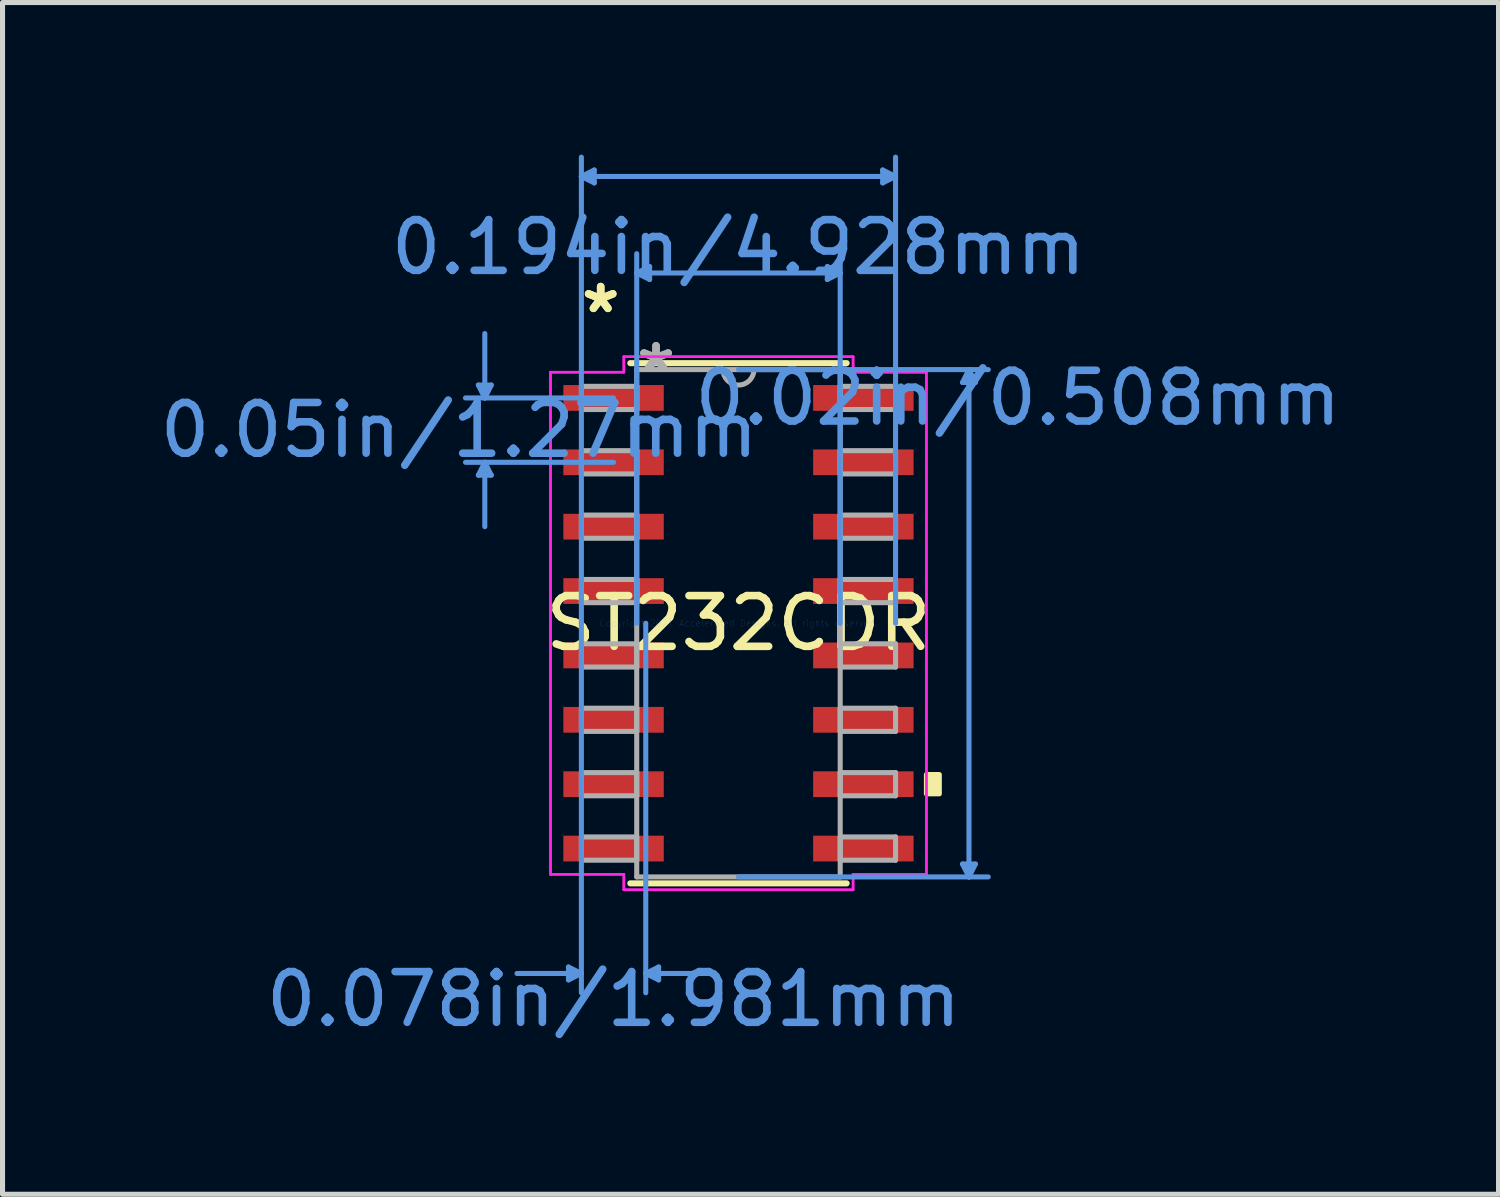
<source format=kicad_pcb>
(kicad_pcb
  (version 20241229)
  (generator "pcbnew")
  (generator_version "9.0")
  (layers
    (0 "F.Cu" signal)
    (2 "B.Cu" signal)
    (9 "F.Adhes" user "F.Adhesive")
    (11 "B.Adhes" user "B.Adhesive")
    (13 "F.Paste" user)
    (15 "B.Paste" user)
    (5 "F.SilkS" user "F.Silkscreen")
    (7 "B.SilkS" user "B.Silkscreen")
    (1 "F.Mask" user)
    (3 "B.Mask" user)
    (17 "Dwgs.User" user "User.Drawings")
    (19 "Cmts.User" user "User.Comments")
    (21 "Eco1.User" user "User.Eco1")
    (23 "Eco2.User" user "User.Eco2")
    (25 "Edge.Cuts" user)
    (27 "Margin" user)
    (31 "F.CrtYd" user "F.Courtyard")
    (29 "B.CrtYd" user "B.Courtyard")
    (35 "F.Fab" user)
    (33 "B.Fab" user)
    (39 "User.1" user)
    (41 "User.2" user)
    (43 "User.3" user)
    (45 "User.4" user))
  (footprint "ST232CDR"
    (layer "F.Cu")
    (at 11.518 9.245)
    (property "Reference" "ST232CDR" (at 0 0 0) (layer "F.SilkS") (effects (font (size 1 1) (thickness 0.15))))
    (attr through_hole)
    (fp_line (start -2.134 5.131) (end 2.134 5.131) (stroke (width 0.12) (type solid)) (layer "F.SilkS"))
    (fp_line (start 2.134 -5.131) (end -2.134 -5.131) (stroke (width 0.12) (type solid)) (layer "F.SilkS"))
    (fp_poly (pts (xy 3.962 2.985) (xy 3.962 3.365) (xy 3.708 3.365) (xy 3.708 2.985)) (stroke (width 0.1) (type solid)) (fill yes) (layer "F.SilkS"))
    (fp_line (start -5.131 -4.699) (end -4.877 -4.699) (stroke (width 0.1) (type solid)) (layer "Cmts.User"))
    (fp_line (start -5.131 -2.921) (end -4.877 -2.921) (stroke (width 0.1) (type solid)) (layer "Cmts.User"))
    (fp_line (start -5.004 -4.445) (end -5.131 -4.699) (stroke (width 0.1) (type solid)) (layer "Cmts.User"))
    (fp_line (start -5.004 -4.445) (end -5.004 -5.715) (stroke (width 0.1) (type solid)) (layer "Cmts.User"))
    (fp_line (start -5.004 -4.445) (end -4.877 -4.699) (stroke (width 0.1) (type solid)) (layer "Cmts.User"))
    (fp_line (start -5.004 -3.175) (end -5.131 -2.921) (stroke (width 0.1) (type solid)) (layer "Cmts.User"))
    (fp_line (start -5.004 -3.175) (end -5.004 -1.905) (stroke (width 0.1) (type solid)) (layer "Cmts.User"))
    (fp_line (start -5.004 -3.175) (end -4.877 -2.921) (stroke (width 0.1) (type solid)) (layer "Cmts.User"))
    (fp_line (start -3.353 6.782) (end -3.353 7.036) (stroke (width 0.1) (type solid)) (layer "Cmts.User"))
    (fp_line (start -3.099 -8.814) (end -2.845 -8.941) (stroke (width 0.1) (type solid)) (layer "Cmts.User"))
    (fp_line (start -3.099 -8.814) (end -2.845 -8.687) (stroke (width 0.1) (type solid)) (layer "Cmts.User"))
    (fp_line (start -3.099 -8.814) (end 3.099 -8.814) (stroke (width 0.1) (type solid)) (layer "Cmts.User"))
    (fp_line (start -3.099 0) (end -3.099 -9.195) (stroke (width 0.1) (type solid)) (layer "Cmts.User"))
    (fp_line (start -3.099 0) (end -3.099 7.29) (stroke (width 0.1) (type solid)) (layer "Cmts.User"))
    (fp_line (start -3.099 6.909) (end -4.369 6.909) (stroke (width 0.1) (type solid)) (layer "Cmts.User"))
    (fp_line (start -3.099 6.909) (end -3.353 6.782) (stroke (width 0.1) (type solid)) (layer "Cmts.User"))
    (fp_line (start -3.099 6.909) (end -3.353 7.036) (stroke (width 0.1) (type solid)) (layer "Cmts.User"))
    (fp_line (start -2.845 -8.941) (end -2.845 -8.687) (stroke (width 0.1) (type solid)) (layer "Cmts.User"))
    (fp_line (start -2.464 -4.445) (end -5.385 -4.445) (stroke (width 0.1) (type solid)) (layer "Cmts.User"))
    (fp_line (start -2.464 -3.175) (end -5.385 -3.175) (stroke (width 0.1) (type solid)) (layer "Cmts.User"))
    (fp_line (start -2.007 -6.909) (end -1.753 -7.036) (stroke (width 0.1) (type solid)) (layer "Cmts.User"))
    (fp_line (start -2.007 -6.909) (end -1.753 -6.782) (stroke (width 0.1) (type solid)) (layer "Cmts.User"))
    (fp_line (start -2.007 -6.909) (end 2.007 -6.909) (stroke (width 0.1) (type solid)) (layer "Cmts.User"))
    (fp_line (start -2.007 0) (end -2.007 -7.29) (stroke (width 0.1) (type solid)) (layer "Cmts.User"))
    (fp_line (start -1.829 0) (end -1.829 7.29) (stroke (width 0.1) (type solid)) (layer "Cmts.User"))
    (fp_line (start -1.829 6.909) (end -1.575 6.782) (stroke (width 0.1) (type solid)) (layer "Cmts.User"))
    (fp_line (start -1.829 6.909) (end -1.575 7.036) (stroke (width 0.1) (type solid)) (layer "Cmts.User"))
    (fp_line (start -1.829 6.909) (end -0.559 6.909) (stroke (width 0.1) (type solid)) (layer "Cmts.User"))
    (fp_line (start -1.753 -7.036) (end -1.753 -6.782) (stroke (width 0.1) (type solid)) (layer "Cmts.User"))
    (fp_line (start -1.575 6.782) (end -1.575 7.036) (stroke (width 0.1) (type solid)) (layer "Cmts.User"))
    (fp_line (start 0 -5.004) (end 4.928 -5.004) (stroke (width 0.1) (type solid)) (layer "Cmts.User"))
    (fp_line (start 0 5.004) (end 4.928 5.004) (stroke (width 0.1) (type solid)) (layer "Cmts.User"))
    (fp_line (start 1.753 -7.036) (end 1.753 -6.782) (stroke (width 0.1) (type solid)) (layer "Cmts.User"))
    (fp_line (start 2.007 -6.909) (end 1.753 -7.036) (stroke (width 0.1) (type solid)) (layer "Cmts.User"))
    (fp_line (start 2.007 -6.909) (end 1.753 -6.782) (stroke (width 0.1) (type solid)) (layer "Cmts.User"))
    (fp_line (start 2.007 0) (end 2.007 -7.29) (stroke (width 0.1) (type solid)) (layer "Cmts.User"))
    (fp_line (start 2.845 -8.941) (end 2.845 -8.687) (stroke (width 0.1) (type solid)) (layer "Cmts.User"))
    (fp_line (start 3.099 -8.814) (end 2.845 -8.941) (stroke (width 0.1) (type solid)) (layer "Cmts.User"))
    (fp_line (start 3.099 -8.814) (end 2.845 -8.687) (stroke (width 0.1) (type solid)) (layer "Cmts.User"))
    (fp_line (start 3.099 0) (end 3.099 -9.195) (stroke (width 0.1) (type solid)) (layer "Cmts.User"))
    (fp_line (start 4.42 -4.75) (end 4.674 -4.75) (stroke (width 0.1) (type solid)) (layer "Cmts.User"))
    (fp_line (start 4.42 4.75) (end 4.674 4.75) (stroke (width 0.1) (type solid)) (layer "Cmts.User"))
    (fp_line (start 4.547 -5.004) (end 4.42 -4.75) (stroke (width 0.1) (type solid)) (layer "Cmts.User"))
    (fp_line (start 4.547 -5.004) (end 4.547 5.004) (stroke (width 0.1) (type solid)) (layer "Cmts.User"))
    (fp_line (start 4.547 -5.004) (end 4.674 -4.75) (stroke (width 0.1) (type solid)) (layer "Cmts.User"))
    (fp_line (start 4.547 5.004) (end 4.42 4.75) (stroke (width 0.1) (type solid)) (layer "Cmts.User"))
    (fp_line (start 4.547 5.004) (end 4.674 4.75) (stroke (width 0.1) (type solid)) (layer "Cmts.User"))
    (fp_line (start -3.708 -4.953) (end -2.261 -4.953) (stroke (width 0.05) (type solid)) (layer "F.CrtYd"))
    (fp_line (start -3.708 -4.953) (end -2.261 -4.953) (stroke (width 0.05) (type solid)) (layer "F.CrtYd"))
    (fp_line (start -3.708 4.953) (end -3.708 -4.953) (stroke (width 0.05) (type solid)) (layer "F.CrtYd"))
    (fp_line (start -3.708 4.953) (end -3.708 -4.953) (stroke (width 0.05) (type solid)) (layer "F.CrtYd"))
    (fp_line (start -3.708 4.953) (end -2.261 4.953) (stroke (width 0.05) (type solid)) (layer "F.CrtYd"))
    (fp_line (start -2.261 -5.258) (end 2.261 -5.258) (stroke (width 0.05) (type solid)) (layer "F.CrtYd"))
    (fp_line (start -2.261 -5.258) (end 2.261 -5.258) (stroke (width 0.05) (type solid)) (layer "F.CrtYd"))
    (fp_line (start -2.261 -4.953) (end -2.261 -5.258) (stroke (width 0.05) (type solid)) (layer "F.CrtYd"))
    (fp_line (start -2.261 -4.953) (end -2.261 -5.258) (stroke (width 0.05) (type solid)) (layer "F.CrtYd"))
    (fp_line (start -2.261 4.953) (end -3.708 4.953) (stroke (width 0.05) (type solid)) (layer "F.CrtYd"))
    (fp_line (start -2.261 5.258) (end -2.261 4.953) (stroke (width 0.05) (type solid)) (layer "F.CrtYd"))
    (fp_line (start -2.261 5.258) (end -2.261 4.953) (stroke (width 0.05) (type solid)) (layer "F.CrtYd"))
    (fp_line (start 2.261 -5.258) (end 2.261 -4.953) (stroke (width 0.05) (type solid)) (layer "F.CrtYd"))
    (fp_line (start 2.261 -5.258) (end 2.261 -4.953) (stroke (width 0.05) (type solid)) (layer "F.CrtYd"))
    (fp_line (start 2.261 -4.953) (end 3.708 -4.953) (stroke (width 0.05) (type solid)) (layer "F.CrtYd"))
    (fp_line (start 2.261 4.953) (end 2.261 5.258) (stroke (width 0.05) (type solid)) (layer "F.CrtYd"))
    (fp_line (start 2.261 4.953) (end 2.261 5.258) (stroke (width 0.05) (type solid)) (layer "F.CrtYd"))
    (fp_line (start 2.261 5.258) (end -2.261 5.258) (stroke (width 0.05) (type solid)) (layer "F.CrtYd"))
    (fp_line (start 2.261 5.258) (end -2.261 5.258) (stroke (width 0.05) (type solid)) (layer "F.CrtYd"))
    (fp_line (start 3.708 -4.953) (end 2.261 -4.953) (stroke (width 0.05) (type solid)) (layer "F.CrtYd"))
    (fp_line (start 3.708 -4.953) (end 3.708 4.953) (stroke (width 0.05) (type solid)) (layer "F.CrtYd"))
    (fp_line (start 3.708 -4.953) (end 3.708 4.953) (stroke (width 0.05) (type solid)) (layer "F.CrtYd"))
    (fp_line (start 3.708 4.953) (end 2.261 4.953) (stroke (width 0.05) (type solid)) (layer "F.CrtYd"))
    (fp_line (start 3.708 4.953) (end 2.261 4.953) (stroke (width 0.05) (type solid)) (layer "F.CrtYd"))
    (fp_line (start -3.099 -4.674) (end -3.099 -4.216) (stroke (width 0.1) (type solid)) (layer "F.Fab"))
    (fp_line (start -3.099 -4.216) (end -2.007 -4.216) (stroke (width 0.1) (type solid)) (layer "F.Fab"))
    (fp_line (start -3.099 -3.404) (end -3.099 -2.946) (stroke (width 0.1) (type solid)) (layer "F.Fab"))
    (fp_line (start -3.099 -2.946) (end -2.007 -2.946) (stroke (width 0.1) (type solid)) (layer "F.Fab"))
    (fp_line (start -3.099 -2.134) (end -3.099 -1.676) (stroke (width 0.1) (type solid)) (layer "F.Fab"))
    (fp_line (start -3.099 -1.676) (end -2.007 -1.676) (stroke (width 0.1) (type solid)) (layer "F.Fab"))
    (fp_line (start -3.099 -0.864) (end -3.099 -0.406) (stroke (width 0.1) (type solid)) (layer "F.Fab"))
    (fp_line (start -3.099 -0.406) (end -2.007 -0.406) (stroke (width 0.1) (type solid)) (layer "F.Fab"))
    (fp_line (start -3.099 0.406) (end -3.099 0.864) (stroke (width 0.1) (type solid)) (layer "F.Fab"))
    (fp_line (start -3.099 0.864) (end -2.007 0.864) (stroke (width 0.1) (type solid)) (layer "F.Fab"))
    (fp_line (start -3.099 1.676) (end -3.099 2.134) (stroke (width 0.1) (type solid)) (layer "F.Fab"))
    (fp_line (start -3.099 2.134) (end -2.007 2.134) (stroke (width 0.1) (type solid)) (layer "F.Fab"))
    (fp_line (start -3.099 2.946) (end -3.099 3.404) (stroke (width 0.1) (type solid)) (layer "F.Fab"))
    (fp_line (start -3.099 3.404) (end -2.007 3.404) (stroke (width 0.1) (type solid)) (layer "F.Fab"))
    (fp_line (start -3.099 4.216) (end -3.099 4.674) (stroke (width 0.1) (type solid)) (layer "F.Fab"))
    (fp_line (start -3.099 4.674) (end -2.007 4.674) (stroke (width 0.1) (type solid)) (layer "F.Fab"))
    (fp_line (start -2.007 -5.004) (end -2.007 5.004) (stroke (width 0.1) (type solid)) (layer "F.Fab"))
    (fp_line (start -2.007 -4.674) (end -3.099 -4.674) (stroke (width 0.1) (type solid)) (layer "F.Fab"))
    (fp_line (start -2.007 -4.216) (end -2.007 -4.674) (stroke (width 0.1) (type solid)) (layer "F.Fab"))
    (fp_line (start -2.007 -3.404) (end -3.099 -3.404) (stroke (width 0.1) (type solid)) (layer "F.Fab"))
    (fp_line (start -2.007 -2.946) (end -2.007 -3.404) (stroke (width 0.1) (type solid)) (layer "F.Fab"))
    (fp_line (start -2.007 -2.134) (end -3.099 -2.134) (stroke (width 0.1) (type solid)) (layer "F.Fab"))
    (fp_line (start -2.007 -1.676) (end -2.007 -2.134) (stroke (width 0.1) (type solid)) (layer "F.Fab"))
    (fp_line (start -2.007 -0.864) (end -3.099 -0.864) (stroke (width 0.1) (type solid)) (layer "F.Fab"))
    (fp_line (start -2.007 -0.406) (end -2.007 -0.864) (stroke (width 0.1) (type solid)) (layer "F.Fab"))
    (fp_line (start -2.007 0.406) (end -3.099 0.406) (stroke (width 0.1) (type solid)) (layer "F.Fab"))
    (fp_line (start -2.007 0.864) (end -2.007 0.406) (stroke (width 0.1) (type solid)) (layer "F.Fab"))
    (fp_line (start -2.007 1.676) (end -3.099 1.676) (stroke (width 0.1) (type solid)) (layer "F.Fab"))
    (fp_line (start -2.007 2.134) (end -2.007 1.676) (stroke (width 0.1) (type solid)) (layer "F.Fab"))
    (fp_line (start -2.007 2.946) (end -3.099 2.946) (stroke (width 0.1) (type solid)) (layer "F.Fab"))
    (fp_line (start -2.007 3.404) (end -2.007 2.946) (stroke (width 0.1) (type solid)) (layer "F.Fab"))
    (fp_line (start -2.007 4.216) (end -3.099 4.216) (stroke (width 0.1) (type solid)) (layer "F.Fab"))
    (fp_line (start -2.007 4.674) (end -2.007 4.216) (stroke (width 0.1) (type solid)) (layer "F.Fab"))
    (fp_line (start -2.007 5.004) (end 2.007 5.004) (stroke (width 0.1) (type solid)) (layer "F.Fab"))
    (fp_line (start 2.007 -5.004) (end -2.007 -5.004) (stroke (width 0.1) (type solid)) (layer "F.Fab"))
    (fp_line (start 2.007 -4.674) (end 2.007 -4.216) (stroke (width 0.1) (type solid)) (layer "F.Fab"))
    (fp_line (start 2.007 -4.216) (end 3.099 -4.216) (stroke (width 0.1) (type solid)) (layer "F.Fab"))
    (fp_line (start 2.007 -3.404) (end 2.007 -2.946) (stroke (width 0.1) (type solid)) (layer "F.Fab"))
    (fp_line (start 2.007 -2.946) (end 3.099 -2.946) (stroke (width 0.1) (type solid)) (layer "F.Fab"))
    (fp_line (start 2.007 -2.134) (end 2.007 -1.676) (stroke (width 0.1) (type solid)) (layer "F.Fab"))
    (fp_line (start 2.007 -1.676) (end 3.099 -1.676) (stroke (width 0.1) (type solid)) (layer "F.Fab"))
    (fp_line (start 2.007 -0.864) (end 2.007 -0.406) (stroke (width 0.1) (type solid)) (layer "F.Fab"))
    (fp_line (start 2.007 -0.406) (end 3.099 -0.406) (stroke (width 0.1) (type solid)) (layer "F.Fab"))
    (fp_line (start 2.007 0.406) (end 2.007 0.864) (stroke (width 0.1) (type solid)) (layer "F.Fab"))
    (fp_line (start 2.007 0.864) (end 3.099 0.864) (stroke (width 0.1) (type solid)) (layer "F.Fab"))
    (fp_line (start 2.007 1.676) (end 2.007 2.134) (stroke (width 0.1) (type solid)) (layer "F.Fab"))
    (fp_line (start 2.007 2.134) (end 3.099 2.134) (stroke (width 0.1) (type solid)) (layer "F.Fab"))
    (fp_line (start 2.007 2.946) (end 2.007 3.404) (stroke (width 0.1) (type solid)) (layer "F.Fab"))
    (fp_line (start 2.007 3.404) (end 3.099 3.404) (stroke (width 0.1) (type solid)) (layer "F.Fab"))
    (fp_line (start 2.007 4.216) (end 2.007 4.674) (stroke (width 0.1) (type solid)) (layer "F.Fab"))
    (fp_line (start 2.007 4.674) (end 3.099 4.674) (stroke (width 0.1) (type solid)) (layer "F.Fab"))
    (fp_line (start 2.007 5.004) (end 2.007 -5.004) (stroke (width 0.1) (type solid)) (layer "F.Fab"))
    (fp_line (start 3.099 -4.674) (end 2.007 -4.674) (stroke (width 0.1) (type solid)) (layer "F.Fab"))
    (fp_line (start 3.099 -4.216) (end 3.099 -4.674) (stroke (width 0.1) (type solid)) (layer "F.Fab"))
    (fp_line (start 3.099 -3.404) (end 2.007 -3.404) (stroke (width 0.1) (type solid)) (layer "F.Fab"))
    (fp_line (start 3.099 -2.946) (end 3.099 -3.404) (stroke (width 0.1) (type solid)) (layer "F.Fab"))
    (fp_line (start 3.099 -2.134) (end 2.007 -2.134) (stroke (width 0.1) (type solid)) (layer "F.Fab"))
    (fp_line (start 3.099 -1.676) (end 3.099 -2.134) (stroke (width 0.1) (type solid)) (layer "F.Fab"))
    (fp_line (start 3.099 -0.864) (end 2.007 -0.864) (stroke (width 0.1) (type solid)) (layer "F.Fab"))
    (fp_line (start 3.099 -0.406) (end 3.099 -0.864) (stroke (width 0.1) (type solid)) (layer "F.Fab"))
    (fp_line (start 3.099 0.406) (end 2.007 0.406) (stroke (width 0.1) (type solid)) (layer "F.Fab"))
    (fp_line (start 3.099 0.864) (end 3.099 0.406) (stroke (width 0.1) (type solid)) (layer "F.Fab"))
    (fp_line (start 3.099 1.676) (end 2.007 1.676) (stroke (width 0.1) (type solid)) (layer "F.Fab"))
    (fp_line (start 3.099 2.134) (end 3.099 1.676) (stroke (width 0.1) (type solid)) (layer "F.Fab"))
    (fp_line (start 3.099 2.946) (end 2.007 2.946) (stroke (width 0.1) (type solid)) (layer "F.Fab"))
    (fp_line (start 3.099 3.404) (end 3.099 2.946) (stroke (width 0.1) (type solid)) (layer "F.Fab"))
    (fp_line (start 3.099 4.216) (end 2.007 4.216) (stroke (width 0.1) (type solid)) (layer "F.Fab"))
    (fp_line (start 3.099 4.674) (end 3.099 4.216) (stroke (width 0.1) (type solid)) (layer "F.Fab"))
    (fp_arc (start 0.3048 -5.0038) (mid 0 -4.699) (end -0.3048 -5.0038) (stroke (width 0.1) (type solid)) (layer "F.Fab"))
    (fp_text user "*" (at -2.718 -6.096 0) (layer "F.SilkS") (effects (font (size 1 1) (thickness 0.15))))
    (fp_text user "*" (at -2.718 -6.096 0) (layer "F.SilkS") (effects (font (size 1 1) (thickness 0.15))))
    (fp_text user "Copyright 2021 Accelerated Designs. All rights reserved." (at 0 0 0) (layer "Cmts.User") (effects (font (size 0.127 0.127) (thickness 0.002))))
    (fp_text user "0.194in/4.928mm" (at 0 -7.417 0) (layer "Cmts.User") (effects (font (size 1 1) (thickness 0.15))))
    (fp_text user "0.05in/1.27mm" (at -5.512 -3.81 0) (layer "Cmts.User") (effects (font (size 1 1) (thickness 0.15))))
    (fp_text user "0.078in/1.981mm" (at -2.464 7.417 0) (layer "Cmts.User") (effects (font (size 1 1) (thickness 0.15))))
    (fp_text user "0.02in/0.508mm" (at 5.512 -4.445 0) (layer "Cmts.User") (effects (font (size 1 1) (thickness 0.15))))
    (fp_text user "*" (at -1.626 -4.928 0) (layer "F.Fab") (effects (font (size 1 1) (thickness 0.15))))
    (fp_text user "*" (at -1.626 -4.928 0) (layer "F.Fab") (effects (font (size 1 1) (thickness 0.15))))
    (pad "1" smd rect (at -2.464 -4.445) (size 1.981 0.508) (layers "F.Cu" "F.Mask" "F.Paste"))
    (pad "2" smd rect (at -2.464 -3.175) (size 1.981 0.508) (layers "F.Cu" "F.Mask" "F.Paste"))
    (pad "3" smd rect (at -2.464 -1.905) (size 1.981 0.508) (layers "F.Cu" "F.Mask" "F.Paste"))
    (pad "4" smd rect (at -2.464 -0.635) (size 1.981 0.508) (layers "F.Cu" "F.Mask" "F.Paste"))
    (pad "5" smd rect (at -2.464 0.635) (size 1.981 0.508) (layers "F.Cu" "F.Mask" "F.Paste"))
    (pad "6" smd rect (at -2.464 1.905) (size 1.981 0.508) (layers "F.Cu" "F.Mask" "F.Paste"))
    (pad "7" smd rect (at -2.464 3.175) (size 1.981 0.508) (layers "F.Cu" "F.Mask" "F.Paste"))
    (pad "8" smd rect (at -2.464 4.445) (size 1.981 0.508) (layers "F.Cu" "F.Mask" "F.Paste"))
    (pad "9" smd rect (at 2.464 4.445) (size 1.981 0.508) (layers "F.Cu" "F.Mask" "F.Paste"))
    (pad "10" smd rect (at 2.464 3.175) (size 1.981 0.508) (layers "F.Cu" "F.Mask" "F.Paste"))
    (pad "11" smd rect (at 2.464 1.905) (size 1.981 0.508) (layers "F.Cu" "F.Mask" "F.Paste"))
    (pad "12" smd rect (at 2.464 0.635) (size 1.981 0.508) (layers "F.Cu" "F.Mask" "F.Paste"))
    (pad "13" smd rect (at 2.464 -0.635) (size 1.981 0.508) (layers "F.Cu" "F.Mask" "F.Paste"))
    (pad "14" smd rect (at 2.464 -1.905) (size 1.981 0.508) (layers "F.Cu" "F.Mask" "F.Paste"))
    (pad "15" smd rect (at 2.464 -3.175) (size 1.981 0.508) (layers "F.Cu" "F.Mask" "F.Paste"))
    (pad "16" smd rect (at 2.464 -4.445) (size 1.981 0.508) (layers "F.Cu" "F.Mask" "F.Paste")))
  (gr_rect
    (start -3 -3)
    (end 26.512 20.51)
    (stroke (width 0.1) (type default))
    (fill no)
    (layer "Edge.Cuts")))
</source>
